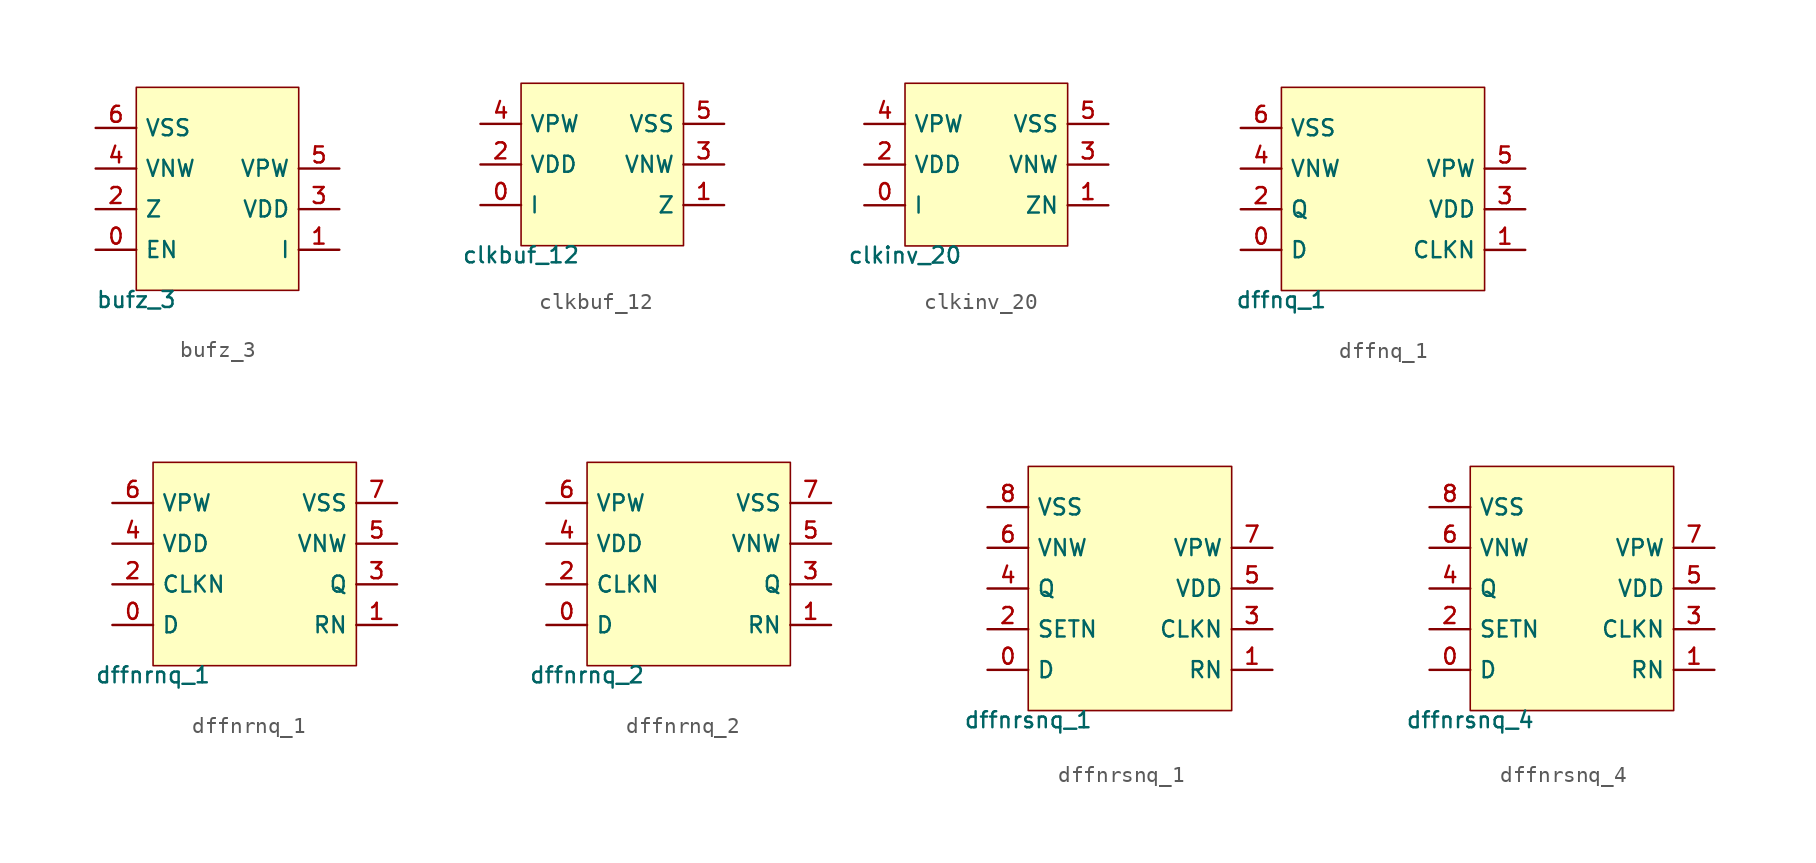
<source format=kicad_sym>
(kicad_symbol_lib
  (version 20211014)
  (generator pdk2kicad)
  (symbol "bufz_3"
    (property "Reference" "X"
      (at 0 0 0)
      (effects (font (size 1 1)) hide))
    (property "Value" "bufz_3"
      (at -5.08 -6.35 0)
      (effects (font (size 1 1)) (justify top)))
    (rectangle
      (start -5.08 -6.35)
      (end 5.08 6.35)
      (stroke (width 0.1) (type solid) (color 0 0 0 0))
      (fill (type background)))
    (pin bidirectional line
      (at -7.62 -3.81 0)
      (length 2.54)
      (name "EN" (effects (font (size 1 1)) hide))
      (number "0" (effects (font (size 1 1)) hide)))
    (pin bidirectional line
      (at 7.62 -3.81 180)
      (length 2.54)
      (name "I" (effects (font (size 1 1)) hide))
      (number "1" (effects (font (size 1 1)) hide)))
    (pin bidirectional line
      (at -7.62 -1.27 0)
      (length 2.54)
      (name "Z" (effects (font (size 1 1)) hide))
      (number "2" (effects (font (size 1 1)) hide)))
    (pin bidirectional line
      (at 7.62 -1.27 180)
      (length 2.54)
      (name "VDD" (effects (font (size 1 1)) hide))
      (number "3" (effects (font (size 1 1)) hide)))
    (pin bidirectional line
      (at -7.62 1.27 0)
      (length 2.54)
      (name "VNW" (effects (font (size 1 1)) hide))
      (number "4" (effects (font (size 1 1)) hide)))
    (pin bidirectional line
      (at 7.62 1.27 180)
      (length 2.54)
      (name "VPW" (effects (font (size 1 1)) hide))
      (number "5" (effects (font (size 1 1)) hide)))
    (pin bidirectional line
      (at -7.62 3.81 0)
      (length 2.54)
      (name "VSS" (effects (font (size 1 1)) hide))
      (number "6" (effects (font (size 1 1)) hide))))
  (symbol "clkbuf_12"
    (property "Reference" "X"
      (at 0 0 0)
      (effects (font (size 1 1)) hide))
    (property "Value" "clkbuf_12"
      (at -5.08 -5.08 0)
      (effects (font (size 1 1)) (justify top)))
    (rectangle
      (start -5.08 -5.08)
      (end 5.08 5.08)
      (stroke (width 0.1) (type solid) (color 0 0 0 0))
      (fill (type background)))
    (pin bidirectional line
      (at -7.62 -2.54 0)
      (length 2.54)
      (name "I" (effects (font (size 1 1)) hide))
      (number "0" (effects (font (size 1 1)) hide)))
    (pin bidirectional line
      (at 7.62 -2.54 180)
      (length 2.54)
      (name "Z" (effects (font (size 1 1)) hide))
      (number "1" (effects (font (size 1 1)) hide)))
    (pin bidirectional line
      (at -7.62 0.0 0)
      (length 2.54)
      (name "VDD" (effects (font (size 1 1)) hide))
      (number "2" (effects (font (size 1 1)) hide)))
    (pin bidirectional line
      (at 7.62 0.0 180)
      (length 2.54)
      (name "VNW" (effects (font (size 1 1)) hide))
      (number "3" (effects (font (size 1 1)) hide)))
    (pin bidirectional line
      (at -7.62 2.54 0)
      (length 2.54)
      (name "VPW" (effects (font (size 1 1)) hide))
      (number "4" (effects (font (size 1 1)) hide)))
    (pin bidirectional line
      (at 7.62 2.54 180)
      (length 2.54)
      (name "VSS" (effects (font (size 1 1)) hide))
      (number "5" (effects (font (size 1 1)) hide))))
  (symbol "clkinv_20"
    (property "Reference" "X"
      (at 0 0 0)
      (effects (font (size 1 1)) hide))
    (property "Value" "clkinv_20"
      (at -5.08 -5.08 0)
      (effects (font (size 1 1)) (justify top)))
    (rectangle
      (start -5.08 -5.08)
      (end 5.08 5.08)
      (stroke (width 0.1) (type solid) (color 0 0 0 0))
      (fill (type background)))
    (pin bidirectional line
      (at -7.62 -2.54 0)
      (length 2.54)
      (name "I" (effects (font (size 1 1)) hide))
      (number "0" (effects (font (size 1 1)) hide)))
    (pin bidirectional line
      (at 7.62 -2.54 180)
      (length 2.54)
      (name "ZN" (effects (font (size 1 1)) hide))
      (number "1" (effects (font (size 1 1)) hide)))
    (pin bidirectional line
      (at -7.62 0.0 0)
      (length 2.54)
      (name "VDD" (effects (font (size 1 1)) hide))
      (number "2" (effects (font (size 1 1)) hide)))
    (pin bidirectional line
      (at 7.62 0.0 180)
      (length 2.54)
      (name "VNW" (effects (font (size 1 1)) hide))
      (number "3" (effects (font (size 1 1)) hide)))
    (pin bidirectional line
      (at -7.62 2.54 0)
      (length 2.54)
      (name "VPW" (effects (font (size 1 1)) hide))
      (number "4" (effects (font (size 1 1)) hide)))
    (pin bidirectional line
      (at 7.62 2.54 180)
      (length 2.54)
      (name "VSS" (effects (font (size 1 1)) hide))
      (number "5" (effects (font (size 1 1)) hide))))
  (symbol "dffnq_1"
    (property "Reference" "X"
      (at 0 0 0)
      (effects (font (size 1 1)) hide))
    (property "Value" "dffnq_1"
      (at -6.35 -6.35 0)
      (effects (font (size 1 1)) (justify top)))
    (rectangle
      (start -6.35 -6.35)
      (end 6.35 6.35)
      (stroke (width 0.1) (type solid) (color 0 0 0 0))
      (fill (type background)))
    (pin bidirectional line
      (at -8.89 -3.81 0)
      (length 2.54)
      (name "D" (effects (font (size 1 1)) hide))
      (number "0" (effects (font (size 1 1)) hide)))
    (pin bidirectional line
      (at 8.89 -3.81 180)
      (length 2.54)
      (name "CLKN" (effects (font (size 1 1)) hide))
      (number "1" (effects (font (size 1 1)) hide)))
    (pin bidirectional line
      (at -8.89 -1.27 0)
      (length 2.54)
      (name "Q" (effects (font (size 1 1)) hide))
      (number "2" (effects (font (size 1 1)) hide)))
    (pin bidirectional line
      (at 8.89 -1.27 180)
      (length 2.54)
      (name "VDD" (effects (font (size 1 1)) hide))
      (number "3" (effects (font (size 1 1)) hide)))
    (pin bidirectional line
      (at -8.89 1.27 0)
      (length 2.54)
      (name "VNW" (effects (font (size 1 1)) hide))
      (number "4" (effects (font (size 1 1)) hide)))
    (pin bidirectional line
      (at 8.89 1.27 180)
      (length 2.54)
      (name "VPW" (effects (font (size 1 1)) hide))
      (number "5" (effects (font (size 1 1)) hide)))
    (pin bidirectional line
      (at -8.89 3.81 0)
      (length 2.54)
      (name "VSS" (effects (font (size 1 1)) hide))
      (number "6" (effects (font (size 1 1)) hide))))
  (symbol "dffnrnq_1"
    (property "Reference" "X"
      (at 0 0 0)
      (effects (font (size 1 1)) hide))
    (property "Value" "dffnrnq_1"
      (at -6.35 -6.35 0)
      (effects (font (size 1 1)) (justify top)))
    (rectangle
      (start -6.35 -6.35)
      (end 6.35 6.35)
      (stroke (width 0.1) (type solid) (color 0 0 0 0))
      (fill (type background)))
    (pin bidirectional line
      (at -8.89 -3.81 0)
      (length 2.54)
      (name "D" (effects (font (size 1 1)) hide))
      (number "0" (effects (font (size 1 1)) hide)))
    (pin bidirectional line
      (at 8.89 -3.81 180)
      (length 2.54)
      (name "RN" (effects (font (size 1 1)) hide))
      (number "1" (effects (font (size 1 1)) hide)))
    (pin bidirectional line
      (at -8.89 -1.27 0)
      (length 2.54)
      (name "CLKN" (effects (font (size 1 1)) hide))
      (number "2" (effects (font (size 1 1)) hide)))
    (pin bidirectional line
      (at 8.89 -1.27 180)
      (length 2.54)
      (name "Q" (effects (font (size 1 1)) hide))
      (number "3" (effects (font (size 1 1)) hide)))
    (pin bidirectional line
      (at -8.89 1.27 0)
      (length 2.54)
      (name "VDD" (effects (font (size 1 1)) hide))
      (number "4" (effects (font (size 1 1)) hide)))
    (pin bidirectional line
      (at 8.89 1.27 180)
      (length 2.54)
      (name "VNW" (effects (font (size 1 1)) hide))
      (number "5" (effects (font (size 1 1)) hide)))
    (pin bidirectional line
      (at -8.89 3.81 0)
      (length 2.54)
      (name "VPW" (effects (font (size 1 1)) hide))
      (number "6" (effects (font (size 1 1)) hide)))
    (pin bidirectional line
      (at 8.89 3.81 180)
      (length 2.54)
      (name "VSS" (effects (font (size 1 1)) hide))
      (number "7" (effects (font (size 1 1)) hide))))
  (symbol "dffnrnq_2"
    (property "Reference" "X"
      (at 0 0 0)
      (effects (font (size 1 1)) hide))
    (property "Value" "dffnrnq_2"
      (at -6.35 -6.35 0)
      (effects (font (size 1 1)) (justify top)))
    (rectangle
      (start -6.35 -6.35)
      (end 6.35 6.35)
      (stroke (width 0.1) (type solid) (color 0 0 0 0))
      (fill (type background)))
    (pin bidirectional line
      (at -8.89 -3.81 0)
      (length 2.54)
      (name "D" (effects (font (size 1 1)) hide))
      (number "0" (effects (font (size 1 1)) hide)))
    (pin bidirectional line
      (at 8.89 -3.81 180)
      (length 2.54)
      (name "RN" (effects (font (size 1 1)) hide))
      (number "1" (effects (font (size 1 1)) hide)))
    (pin bidirectional line
      (at -8.89 -1.27 0)
      (length 2.54)
      (name "CLKN" (effects (font (size 1 1)) hide))
      (number "2" (effects (font (size 1 1)) hide)))
    (pin bidirectional line
      (at 8.89 -1.27 180)
      (length 2.54)
      (name "Q" (effects (font (size 1 1)) hide))
      (number "3" (effects (font (size 1 1)) hide)))
    (pin bidirectional line
      (at -8.89 1.27 0)
      (length 2.54)
      (name "VDD" (effects (font (size 1 1)) hide))
      (number "4" (effects (font (size 1 1)) hide)))
    (pin bidirectional line
      (at 8.89 1.27 180)
      (length 2.54)
      (name "VNW" (effects (font (size 1 1)) hide))
      (number "5" (effects (font (size 1 1)) hide)))
    (pin bidirectional line
      (at -8.89 3.81 0)
      (length 2.54)
      (name "VPW" (effects (font (size 1 1)) hide))
      (number "6" (effects (font (size 1 1)) hide)))
    (pin bidirectional line
      (at 8.89 3.81 180)
      (length 2.54)
      (name "VSS" (effects (font (size 1 1)) hide))
      (number "7" (effects (font (size 1 1)) hide))))
  (symbol "dffnrsnq_1"
    (property "Reference" "X"
      (at 0 0 0)
      (effects (font (size 1 1)) hide))
    (property "Value" "dffnrsnq_1"
      (at -6.35 -7.62 0)
      (effects (font (size 1 1)) (justify top)))
    (rectangle
      (start -6.35 -7.62)
      (end 6.35 7.62)
      (stroke (width 0.1) (type solid) (color 0 0 0 0))
      (fill (type background)))
    (pin bidirectional line
      (at -8.89 -5.08 0)
      (length 2.54)
      (name "D" (effects (font (size 1 1)) hide))
      (number "0" (effects (font (size 1 1)) hide)))
    (pin bidirectional line
      (at 8.89 -5.08 180)
      (length 2.54)
      (name "RN" (effects (font (size 1 1)) hide))
      (number "1" (effects (font (size 1 1)) hide)))
    (pin bidirectional line
      (at -8.89 -2.54 0)
      (length 2.54)
      (name "SETN" (effects (font (size 1 1)) hide))
      (number "2" (effects (font (size 1 1)) hide)))
    (pin bidirectional line
      (at 8.89 -2.54 180)
      (length 2.54)
      (name "CLKN" (effects (font (size 1 1)) hide))
      (number "3" (effects (font (size 1 1)) hide)))
    (pin bidirectional line
      (at -8.89 8.881784197001252e-16 0)
      (length 2.54)
      (name "Q" (effects (font (size 1 1)) hide))
      (number "4" (effects (font (size 1 1)) hide)))
    (pin bidirectional line
      (at 8.89 8.881784197001252e-16 180)
      (length 2.54)
      (name "VDD" (effects (font (size 1 1)) hide))
      (number "5" (effects (font (size 1 1)) hide)))
    (pin bidirectional line
      (at -8.89 2.54 0)
      (length 2.54)
      (name "VNW" (effects (font (size 1 1)) hide))
      (number "6" (effects (font (size 1 1)) hide)))
    (pin bidirectional line
      (at 8.89 2.54 180)
      (length 2.54)
      (name "VPW" (effects (font (size 1 1)) hide))
      (number "7" (effects (font (size 1 1)) hide)))
    (pin bidirectional line
      (at -8.89 5.08 0)
      (length 2.54)
      (name "VSS" (effects (font (size 1 1)) hide))
      (number "8" (effects (font (size 1 1)) hide))))
  (symbol "dffnrsnq_4"
    (property "Reference" "X"
      (at 0 0 0)
      (effects (font (size 1 1)) hide))
    (property "Value" "dffnrsnq_4"
      (at -6.35 -7.62 0)
      (effects (font (size 1 1)) (justify top)))
    (rectangle
      (start -6.35 -7.62)
      (end 6.35 7.62)
      (stroke (width 0.1) (type solid) (color 0 0 0 0))
      (fill (type background)))
    (pin bidirectional line
      (at -8.89 -5.08 0)
      (length 2.54)
      (name "D" (effects (font (size 1 1)) hide))
      (number "0" (effects (font (size 1 1)) hide)))
    (pin bidirectional line
      (at 8.89 -5.08 180)
      (length 2.54)
      (name "RN" (effects (font (size 1 1)) hide))
      (number "1" (effects (font (size 1 1)) hide)))
    (pin bidirectional line
      (at -8.89 -2.54 0)
      (length 2.54)
      (name "SETN" (effects (font (size 1 1)) hide))
      (number "2" (effects (font (size 1 1)) hide)))
    (pin bidirectional line
      (at 8.89 -2.54 180)
      (length 2.54)
      (name "CLKN" (effects (font (size 1 1)) hide))
      (number "3" (effects (font (size 1 1)) hide)))
    (pin bidirectional line
      (at -8.89 8.881784197001252e-16 0)
      (length 2.54)
      (name "Q" (effects (font (size 1 1)) hide))
      (number "4" (effects (font (size 1 1)) hide)))
    (pin bidirectional line
      (at 8.89 8.881784197001252e-16 180)
      (length 2.54)
      (name "VDD" (effects (font (size 1 1)) hide))
      (number "5" (effects (font (size 1 1)) hide)))
    (pin bidirectional line
      (at -8.89 2.54 0)
      (length 2.54)
      (name "VNW" (effects (font (size 1 1)) hide))
      (number "6" (effects (font (size 1 1)) hide)))
    (pin bidirectional line
      (at 8.89 2.54 180)
      (length 2.54)
      (name "VPW" (effects (font (size 1 1)) hide))
      (number "7" (effects (font (size 1 1)) hide)))
    (pin bidirectional line
      (at -8.89 5.08 0)
      (length 2.54)
      (name "VSS" (effects (font (size 1 1)) hide))
      (number "8" (effects (font (size 1 1)) hide)))))
</source>
